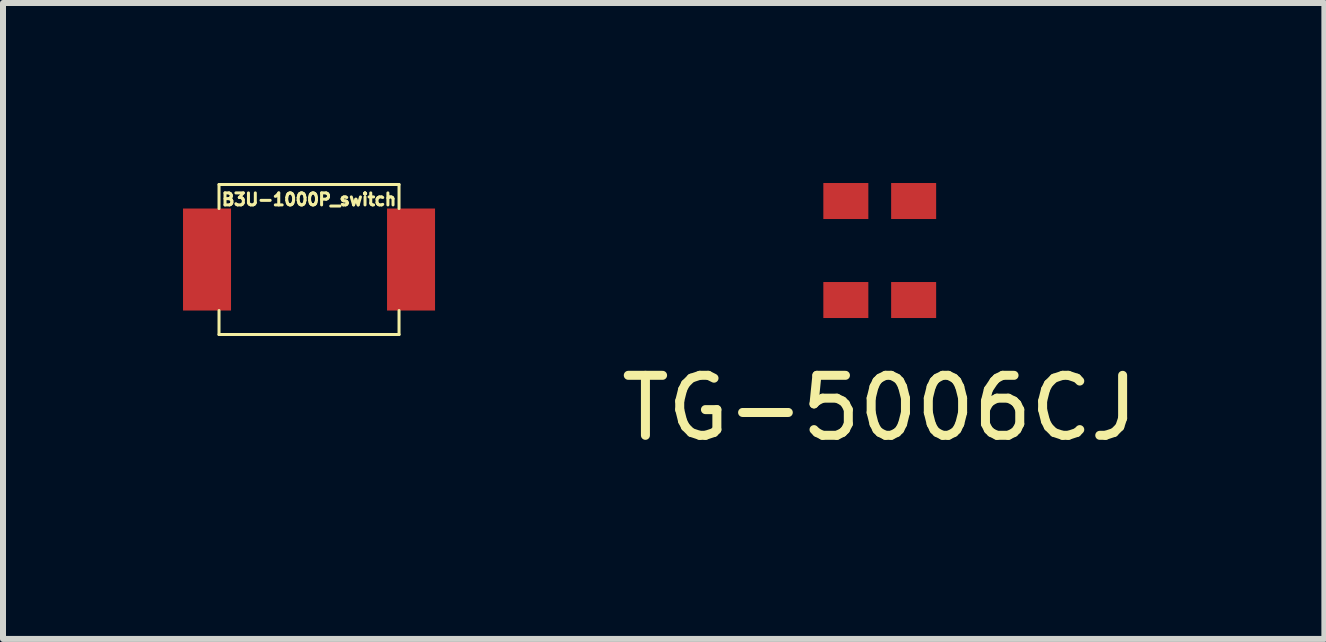
<source format=kicad_pcb>
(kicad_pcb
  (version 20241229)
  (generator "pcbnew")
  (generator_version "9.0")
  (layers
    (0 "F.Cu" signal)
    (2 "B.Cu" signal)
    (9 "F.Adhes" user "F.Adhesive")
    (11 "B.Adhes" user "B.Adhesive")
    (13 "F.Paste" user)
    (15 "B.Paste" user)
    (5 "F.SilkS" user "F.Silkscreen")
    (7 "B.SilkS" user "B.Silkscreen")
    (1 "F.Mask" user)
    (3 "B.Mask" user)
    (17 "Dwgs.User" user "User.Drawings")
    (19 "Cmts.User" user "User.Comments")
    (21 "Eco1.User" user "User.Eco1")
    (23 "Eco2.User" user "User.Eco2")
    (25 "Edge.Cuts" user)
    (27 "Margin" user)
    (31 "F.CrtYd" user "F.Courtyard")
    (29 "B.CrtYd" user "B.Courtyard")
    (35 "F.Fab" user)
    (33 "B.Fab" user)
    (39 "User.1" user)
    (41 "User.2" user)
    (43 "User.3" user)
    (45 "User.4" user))
  (footprint "TG-5006CJ"
    (layer "F.Cu")
    (at 11.611 1.125)
    (property "Reference" "TG-5006CJ" (at 0 2.625 0) (layer "F.SilkS") (effects (font (size 1 1) (thickness 0.15))))
    (attr through_hole)
    (pad "1" smd rect (at -0.565 -0.825) (size 0.75 0.6) (layers "F.Cu" "F.Mask" "F.Paste"))
    (pad "2" smd rect (at -0.565 0.825) (size 0.75 0.6) (layers "F.Cu" "F.Mask" "F.Paste"))
    (pad "3" smd rect (at 0.565 0.825) (size 0.75 0.6) (layers "F.Cu" "F.Mask" "F.Paste"))
    (pad "4" smd rect (at 0.565 -0.825) (size 0.75 0.6) (layers "F.Cu" "F.Mask" "F.Paste")))
  (footprint "B3U-1000P_switch"
    (layer "F.Cu")
    (at 2.1 1.275)
    (property "Reference" "B3U-1000P_switch" (at 0 -1 0) (layer "F.SilkS") (effects (font (size 0.2 0.2) (thickness 0.05))))
    (attr through_hole)
    (fp_line (start -1.5 -1.25) (end -1.5 -0.85) (stroke (width 0.05) (type solid)) (layer "F.SilkS"))
    (fp_line (start -1.5 1.25) (end -1.5 0.85) (stroke (width 0.05) (type solid)) (layer "F.SilkS"))
    (fp_line (start -1.5 1.25) (end -1.25 1.25) (stroke (width 0.05) (type solid)) (layer "F.SilkS"))
    (fp_line (start -1.3 -1.25) (end -1.5 -1.25) (stroke (width 0.05) (type solid)) (layer "F.SilkS"))
    (fp_line (start -1.3 -1.25) (end 0 -1.25) (stroke (width 0.05) (type solid)) (layer "F.SilkS"))
    (fp_line (start 0 -1.25) (end 1.3 -1.25) (stroke (width 0.05) (type solid)) (layer "F.SilkS"))
    (fp_line (start 1.3 -1.25) (end 1.5 -1.25) (stroke (width 0.05) (type solid)) (layer "F.SilkS"))
    (fp_line (start 1.3 1.25) (end -1.3 1.25) (stroke (width 0.05) (type solid)) (layer "F.SilkS"))
    (fp_line (start 1.5 -1.25) (end 1.5 -0.85) (stroke (width 0.05) (type solid)) (layer "F.SilkS"))
    (fp_line (start 1.5 0.85) (end 1.5 1.25) (stroke (width 0.05) (type solid)) (layer "F.SilkS"))
    (fp_line (start 1.5 1.25) (end 1.3 1.25) (stroke (width 0.05) (type solid)) (layer "F.SilkS"))
    (pad "1" smd rect (at -1.7 0) (size 0.8 1.7) (layers "F.Cu" "F.Mask" "F.Paste"))
    (pad "2" smd rect (at 1.7 0) (size 0.8 1.7) (layers "F.Cu" "F.Mask" "F.Paste")))
  (gr_rect
    (start -3 -3)
    (end 19.021 7.598)
    (stroke (width 0.1) (type default))
    (fill no)
    (layer "Edge.Cuts")))
</source>
